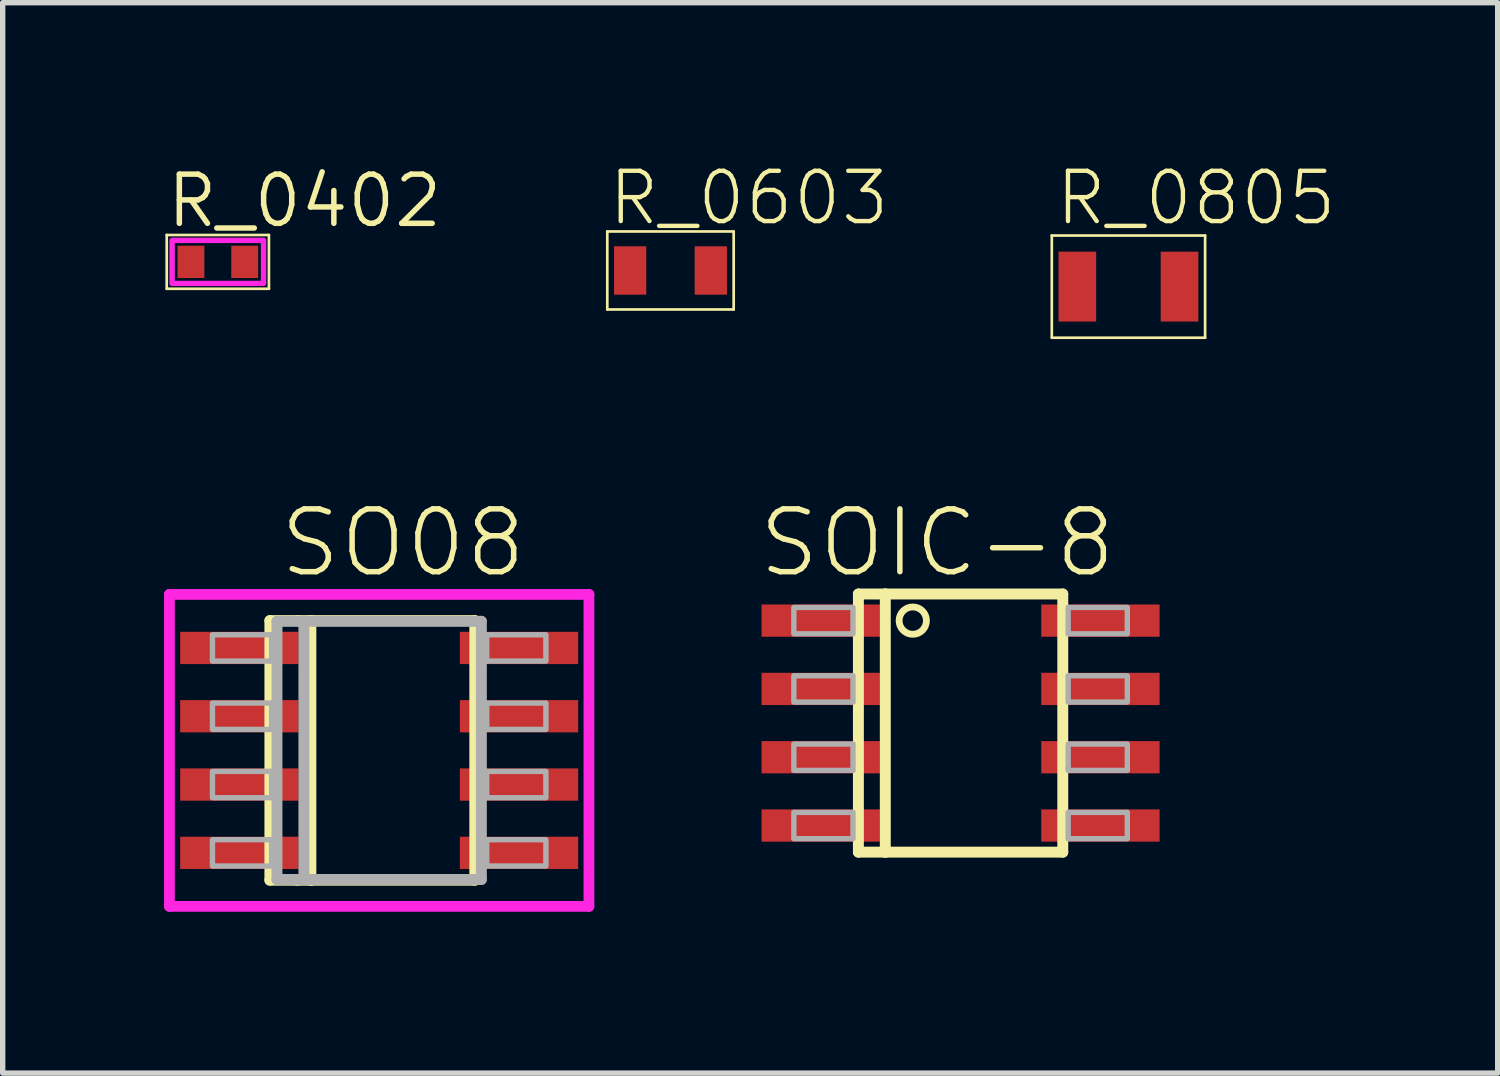
<source format=kicad_pcb>
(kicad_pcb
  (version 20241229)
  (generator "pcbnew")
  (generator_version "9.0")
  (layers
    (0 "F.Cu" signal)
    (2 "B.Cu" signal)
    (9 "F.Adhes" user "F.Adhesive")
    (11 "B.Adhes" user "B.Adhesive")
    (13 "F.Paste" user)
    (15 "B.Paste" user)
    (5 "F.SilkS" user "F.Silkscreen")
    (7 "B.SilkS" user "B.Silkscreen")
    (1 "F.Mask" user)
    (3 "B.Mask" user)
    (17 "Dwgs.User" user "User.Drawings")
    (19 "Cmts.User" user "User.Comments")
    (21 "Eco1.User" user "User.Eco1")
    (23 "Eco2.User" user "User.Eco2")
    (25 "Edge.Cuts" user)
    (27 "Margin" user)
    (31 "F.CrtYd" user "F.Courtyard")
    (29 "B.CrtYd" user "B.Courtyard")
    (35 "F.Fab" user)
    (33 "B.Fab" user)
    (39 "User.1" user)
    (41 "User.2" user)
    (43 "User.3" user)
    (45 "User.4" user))
  (footprint "SOIC-8"
    (layer "F.Cu")
    (at 14.81 10.394)
    (property "Reference" "SOIC-8" (at -3.81 -2.667 0) (layer "F.SilkS") (effects (font (size 1.168 1.168) (thickness 0.102)) (justify left bottom)))
    (fp_line (start -1.9 -2.4) (end -1.4 -2.4) (stroke (width 0.203) (type solid)) (layer "F.SilkS"))
    (fp_line (start -1.9 2.4) (end -1.9 -2.4) (stroke (width 0.203) (type solid)) (layer "F.SilkS"))
    (fp_line (start -1.4 -2.4) (end 1.9 -2.4) (stroke (width 0.203) (type solid)) (layer "F.SilkS"))
    (fp_line (start -1.4 2.4) (end -1.9 2.4) (stroke (width 0.203) (type solid)) (layer "F.SilkS"))
    (fp_line (start -1.4 2.4) (end -1.4 -2.4) (stroke (width 0.203) (type solid)) (layer "F.SilkS"))
    (fp_line (start 1.9 -2.4) (end 1.9 2.4) (stroke (width 0.203) (type solid)) (layer "F.SilkS"))
    (fp_line (start 1.9 2.4) (end -1.4 2.4) (stroke (width 0.203) (type solid)) (layer "F.SilkS"))
    (fp_circle (center -0.889 -1.905) (end -0.635 -1.905) (stroke (width 0.127) (type solid)) (fill no) (layer "F.SilkS"))
    (fp_poly (pts (xy -3.1 -2.15) (xy -3.1 -1.66) (xy -2 -1.66) (xy -2 -2.15)) (stroke (width 0.1) (type solid)) (fill no) (layer "F.Fab"))
    (fp_poly (pts (xy -3.1 -0.88) (xy -3.1 -0.39) (xy -2 -0.39) (xy -2 -0.88)) (stroke (width 0.1) (type solid)) (fill no) (layer "F.Fab"))
    (fp_poly (pts (xy -3.1 0.39) (xy -3.1 0.88) (xy -2 0.88) (xy -2 0.39)) (stroke (width 0.1) (type solid)) (fill no) (layer "F.Fab"))
    (fp_poly (pts (xy -3.1 1.66) (xy -3.1 2.15) (xy -2 2.15) (xy -2 1.66)) (stroke (width 0.1) (type solid)) (fill no) (layer "F.Fab"))
    (fp_poly (pts (xy 2 -2.15) (xy 2 -1.66) (xy 3.1 -1.66) (xy 3.1 -2.15)) (stroke (width 0.1) (type solid)) (fill no) (layer "F.Fab"))
    (fp_poly (pts (xy 2 -0.88) (xy 2 -0.39) (xy 3.1 -0.39) (xy 3.1 -0.88)) (stroke (width 0.1) (type solid)) (fill no) (layer "F.Fab"))
    (fp_poly (pts (xy 2 0.39) (xy 2 0.88) (xy 3.1 0.88) (xy 3.1 0.39)) (stroke (width 0.1) (type solid)) (fill no) (layer "F.Fab"))
    (fp_poly (pts (xy 2 1.66) (xy 2 2.15) (xy 3.1 2.15) (xy 3.1 1.66)) (stroke (width 0.1) (type solid)) (fill no) (layer "F.Fab"))
    (pad "1" smd rect (at -2.6 -1.905 270) (size 0.6 2.2) (layers "F.Cu" "F.Mask" "F.Paste"))
    (pad "2" smd rect (at -2.6 -0.635 270) (size 0.6 2.2) (layers "F.Cu" "F.Mask" "F.Paste"))
    (pad "3" smd rect (at -2.6 0.635 270) (size 0.6 2.2) (layers "F.Cu" "F.Mask" "F.Paste"))
    (pad "4" smd rect (at -2.6 1.905 270) (size 0.6 2.2) (layers "F.Cu" "F.Mask" "F.Paste"))
    (pad "5" smd rect (at 2.6 1.905 270) (size 0.6 2.2) (layers "F.Cu" "F.Mask" "F.Paste"))
    (pad "6" smd rect (at 2.6 0.635 270) (size 0.6 2.2) (layers "F.Cu" "F.Mask" "F.Paste"))
    (pad "7" smd rect (at 2.6 -0.635 270) (size 0.6 2.2) (layers "F.Cu" "F.Mask" "F.Paste"))
    (pad "8" smd rect (at 2.6 -1.905 270) (size 0.6 2.2) (layers "F.Cu" "F.Mask" "F.Paste")))
  (footprint "R_0603"
    (layer "F.Cu")
    (at 9.416 1.979)
    (property "Reference" "R_0603" (at -1.2 -0.8 0) (layer "F.SilkS") (effects (font (size 0.935 0.935) (thickness 0.081)) (justify left bottom)))
    (fp_line (start -1.175 -0.725) (end -1.175 0.725) (stroke (width 0.05) (type solid)) (layer "F.SilkS"))
    (fp_line (start -1.175 0.725) (end 1.175 0.725) (stroke (width 0.05) (type solid)) (layer "F.SilkS"))
    (fp_line (start 1.175 -0.725) (end -1.175 -0.725) (stroke (width 0.05) (type solid)) (layer "F.SilkS"))
    (fp_line (start 1.175 0.725) (end 1.175 -0.725) (stroke (width 0.05) (type solid)) (layer "F.SilkS"))
    (pad "P$1" smd rect (at -0.75 0) (size 0.6 0.9) (layers "F.Cu" "F.Mask" "F.Paste"))
    (pad "P$2" smd rect (at 0.75 0) (size 0.6 0.9) (layers "F.Cu" "F.Mask" "F.Paste")))
  (footprint "R_0402"
    (layer "F.Cu")
    (at 1 1.819)
    (property "Reference" "R_0402" (at -1 -0.6 0) (layer "F.SilkS") (effects (font (size 0.914 0.914) (thickness 0.102)) (justify left bottom)))
    (fp_line (start -0.95 -0.5) (end 0.95 -0.5) (stroke (width 0.05) (type solid)) (layer "F.SilkS"))
    (fp_line (start -0.95 0.5) (end -0.95 -0.5) (stroke (width 0.05) (type solid)) (layer "F.SilkS"))
    (fp_line (start 0.95 -0.5) (end 0.95 0.5) (stroke (width 0.05) (type solid)) (layer "F.SilkS"))
    (fp_line (start 0.95 0.5) (end -0.95 0.5) (stroke (width 0.05) (type solid)) (layer "F.SilkS"))
    (fp_poly (pts (xy -0.85 0.4) (xy 0.85 0.4) (xy 0.85 -0.4) (xy -0.85 -0.4)) (stroke (width 0.1) (type solid)) (fill no) (layer "F.CrtYd"))
    (pad "P$1" smd rect (at -0.5 0) (size 0.5 0.6) (layers "F.Cu" "F.Mask" "F.Paste"))
    (pad "P$2" smd rect (at 0.5 0) (size 0.5 0.6) (layers "F.Cu" "F.Mask" "F.Paste")))
  (footprint "SO08"
    (layer "F.Cu")
    (at 4 10.267)
    (property "Reference" "SO08" (at -1.905 -2.54 0) (layer "F.SilkS") (effects (font (size 1.168 1.168) (thickness 0.102)) (justify left bottom)))
    (fp_line (start -2.032 -1.778) (end -2.032 3.048) (stroke (width 0.203) (type solid)) (layer "F.SilkS"))
    (fp_line (start -2.032 3.048) (end -1.524 3.048) (stroke (width 0.203) (type solid)) (layer "F.SilkS"))
    (fp_line (start -1.524 -1.778) (end -2.032 -1.778) (stroke (width 0.203) (type solid)) (layer "F.SilkS"))
    (fp_line (start -1.524 -1.778) (end -1.27 -1.778) (stroke (width 0.203) (type solid)) (layer "F.SilkS"))
    (fp_line (start -1.524 3.048) (end -1.27 3.048) (stroke (width 0.203) (type solid)) (layer "F.SilkS"))
    (fp_line (start -1.27 -1.778) (end 1.778 -1.778) (stroke (width 0.203) (type solid)) (layer "F.SilkS"))
    (fp_line (start -1.27 3.048) (end -1.27 -1.778) (stroke (width 0.203) (type solid)) (layer "F.SilkS"))
    (fp_line (start 1.778 -1.778) (end 1.778 3.048) (stroke (width 0.203) (type solid)) (layer "F.SilkS"))
    (fp_line (start 1.778 3.048) (end -1.27 3.048) (stroke (width 0.203) (type solid)) (layer "F.SilkS"))
    (fp_line (start -3.9 -2.265) (end 3.9 -2.265) (stroke (width 0.2) (type solid)) (layer "F.CrtYd"))
    (fp_line (start -3.9 3.535) (end -3.9 -2.265) (stroke (width 0.2) (type solid)) (layer "F.CrtYd"))
    (fp_line (start 3.9 -2.265) (end 3.9 3.535) (stroke (width 0.2) (type solid)) (layer "F.CrtYd"))
    (fp_line (start 3.9 3.535) (end -3.9 3.535) (stroke (width 0.2) (type solid)) (layer "F.CrtYd"))
    (fp_line (start -1.9 -1.765) (end -1.4 -1.765) (stroke (width 0.203) (type solid)) (layer "F.Fab"))
    (fp_line (start -1.9 3.035) (end -1.9 -1.765) (stroke (width 0.203) (type solid)) (layer "F.Fab"))
    (fp_line (start -1.4 -1.765) (end 1.9 -1.765) (stroke (width 0.203) (type solid)) (layer "F.Fab"))
    (fp_line (start -1.4 3.035) (end -1.9 3.035) (stroke (width 0.203) (type solid)) (layer "F.Fab"))
    (fp_line (start -1.4 3.035) (end -1.4 -1.765) (stroke (width 0.203) (type solid)) (layer "F.Fab"))
    (fp_line (start 1.9 -1.765) (end 1.9 3.035) (stroke (width 0.203) (type solid)) (layer "F.Fab"))
    (fp_line (start 1.9 3.035) (end -1.4 3.035) (stroke (width 0.203) (type solid)) (layer "F.Fab"))
    (fp_poly (pts (xy -3.1 -1.515) (xy -3.1 -1.025) (xy -2 -1.025) (xy -2 -1.515)) (stroke (width 0.1) (type solid)) (fill no) (layer "F.Fab"))
    (fp_poly (pts (xy -3.1 -0.245) (xy -3.1 0.245) (xy -2 0.245) (xy -2 -0.245)) (stroke (width 0.1) (type solid)) (fill no) (layer "F.Fab"))
    (fp_poly (pts (xy -3.1 1.025) (xy -3.1 1.515) (xy -2 1.515) (xy -2 1.025)) (stroke (width 0.1) (type solid)) (fill no) (layer "F.Fab"))
    (fp_poly (pts (xy -3.1 2.295) (xy -3.1 2.785) (xy -2 2.785) (xy -2 2.295)) (stroke (width 0.1) (type solid)) (fill no) (layer "F.Fab"))
    (fp_poly (pts (xy 2 -1.515) (xy 2 -1.025) (xy 3.1 -1.025) (xy 3.1 -1.515)) (stroke (width 0.1) (type solid)) (fill no) (layer "F.Fab"))
    (fp_poly (pts (xy 2 -0.245) (xy 2 0.245) (xy 3.1 0.245) (xy 3.1 -0.245)) (stroke (width 0.1) (type solid)) (fill no) (layer "F.Fab"))
    (fp_poly (pts (xy 2 1.025) (xy 2 1.515) (xy 3.1 1.515) (xy 3.1 1.025)) (stroke (width 0.1) (type solid)) (fill no) (layer "F.Fab"))
    (fp_poly (pts (xy 2 2.295) (xy 2 2.785) (xy 3.1 2.785) (xy 3.1 2.295)) (stroke (width 0.1) (type solid)) (fill no) (layer "F.Fab"))
    (pad "1" smd rect (at -2.6 -1.27 270) (size 0.6 2.2) (layers "F.Cu" "F.Mask" "F.Paste"))
    (pad "2" smd rect (at -2.6 0 270) (size 0.6 2.2) (layers "F.Cu" "F.Mask" "F.Paste"))
    (pad "3" smd rect (at -2.6 1.27 270) (size 0.6 2.2) (layers "F.Cu" "F.Mask" "F.Paste"))
    (pad "4" smd rect (at -2.6 2.54 270) (size 0.6 2.2) (layers "F.Cu" "F.Mask" "F.Paste"))
    (pad "5" smd rect (at 2.6 2.54 270) (size 0.6 2.2) (layers "F.Cu" "F.Mask" "F.Paste"))
    (pad "6" smd rect (at 2.6 1.27 270) (size 0.6 2.2) (layers "F.Cu" "F.Mask" "F.Paste"))
    (pad "7" smd rect (at 2.6 0 270) (size 0.6 2.2) (layers "F.Cu" "F.Mask" "F.Paste"))
    (pad "8" smd rect (at 2.6 -1.27 270) (size 0.6 2.2) (layers "F.Cu" "F.Mask" "F.Paste")))
  (footprint "R_0805"
    (layer "F.Cu")
    (at 17.931 2.279)
    (property "Reference" "R_0805" (at -1.4 -1.1 0) (layer "F.SilkS") (effects (font (size 0.935 0.935) (thickness 0.081)) (justify left bottom)))
    (fp_line (start -1.425 -0.95) (end 1.425 -0.95) (stroke (width 0.05) (type solid)) (layer "F.SilkS"))
    (fp_line (start -1.425 0.95) (end -1.425 -0.95) (stroke (width 0.05) (type solid)) (layer "F.SilkS"))
    (fp_line (start 1.425 -0.95) (end 1.425 0.95) (stroke (width 0.05) (type solid)) (layer "F.SilkS"))
    (fp_line (start 1.425 0.95) (end -1.425 0.95) (stroke (width 0.05) (type solid)) (layer "F.SilkS"))
    (pad "P$1" smd rect (at -0.95 0) (size 0.7 1.3) (layers "F.Cu" "F.Mask" "F.Paste"))
    (pad "P$2" smd rect (at 0.95 0) (size 0.7 1.3) (layers "F.Cu" "F.Mask" "F.Paste")))
  (gr_rect
    (start -3 -3)
    (end 24.796 16.902)
    (stroke (width 0.1) (type default))
    (fill no)
    (layer "Edge.Cuts")))
</source>
